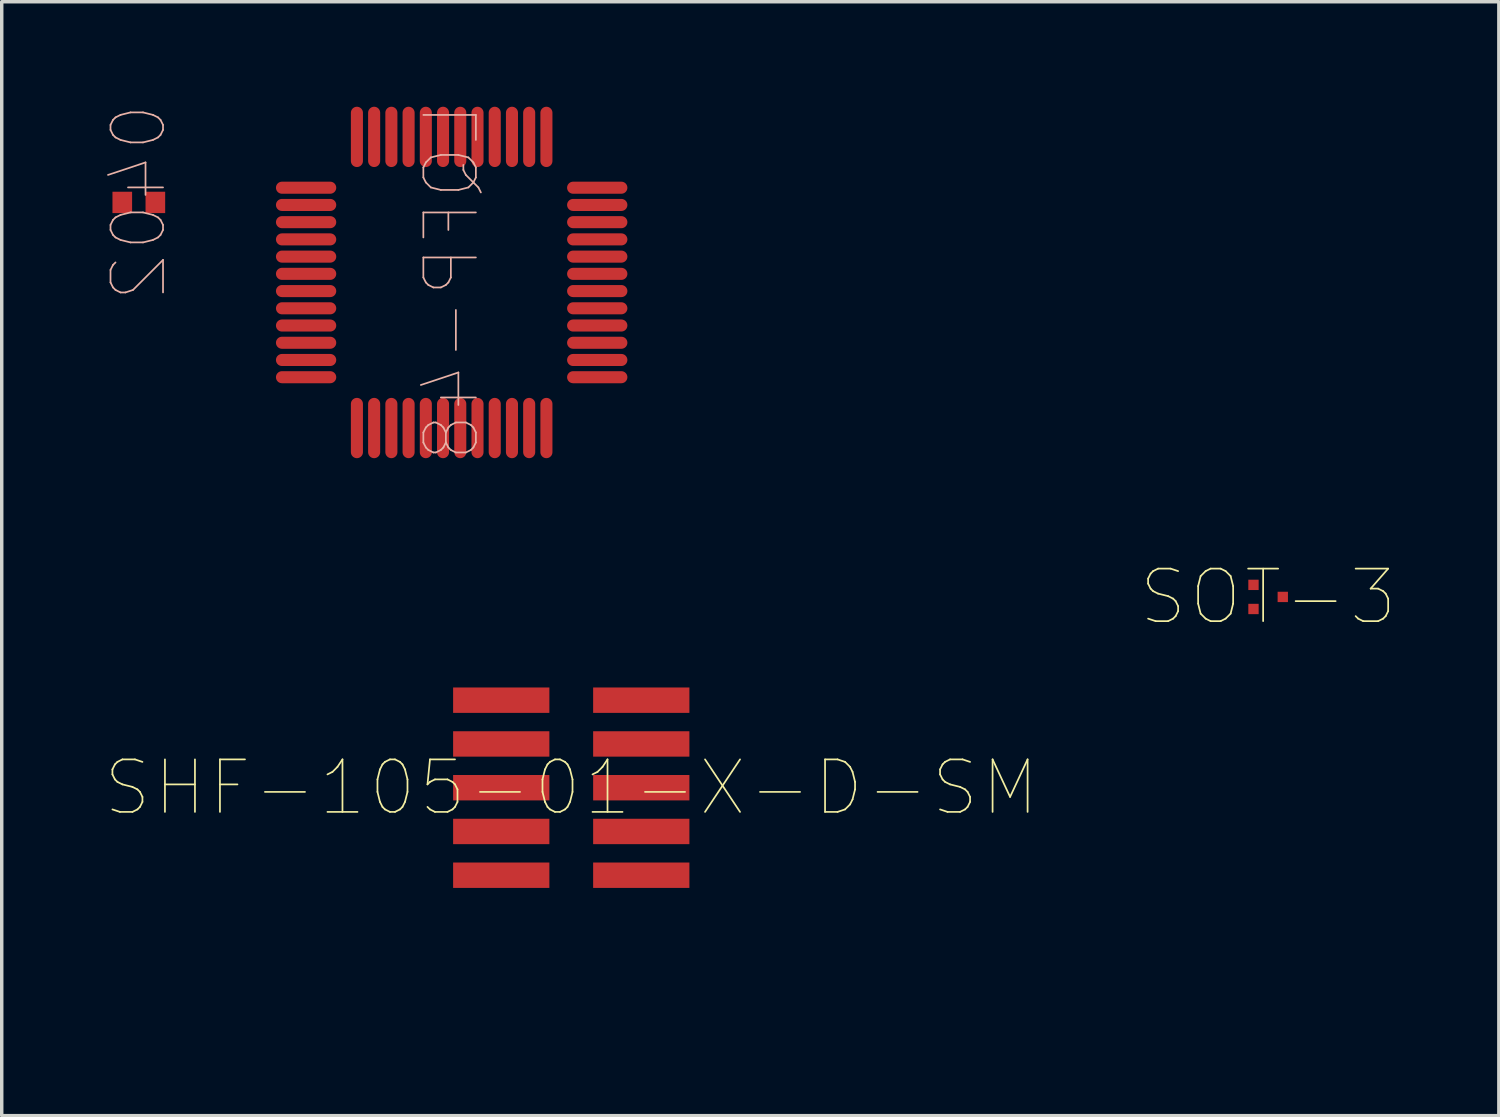
<source format=kicad_pcb>
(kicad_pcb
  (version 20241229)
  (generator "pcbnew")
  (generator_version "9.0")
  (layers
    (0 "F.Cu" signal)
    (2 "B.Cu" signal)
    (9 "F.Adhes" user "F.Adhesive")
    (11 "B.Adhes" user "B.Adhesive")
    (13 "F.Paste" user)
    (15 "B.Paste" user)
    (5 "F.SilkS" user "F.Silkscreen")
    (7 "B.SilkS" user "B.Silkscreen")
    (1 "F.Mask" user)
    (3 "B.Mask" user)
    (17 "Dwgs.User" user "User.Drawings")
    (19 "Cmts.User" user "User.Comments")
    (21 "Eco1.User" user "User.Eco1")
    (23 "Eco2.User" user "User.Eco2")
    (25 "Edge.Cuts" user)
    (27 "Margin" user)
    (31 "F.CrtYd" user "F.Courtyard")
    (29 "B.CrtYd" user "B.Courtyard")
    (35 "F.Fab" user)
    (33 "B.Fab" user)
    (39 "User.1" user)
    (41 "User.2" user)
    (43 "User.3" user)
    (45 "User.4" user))
  (footprint "0402"
    (layer "F.Cu")
    (at 0.979 2.825)
    (property "Reference" "0402" (at 0 0 270) (layer "B.SilkS") (effects (font (size 1.524 1.524) (thickness 0.05)) (justify mirror)))
    (attr smd)
    (pad "1" smd rect (at -0.48 0 90) (size 0.62 0.57) (layers "F.Cu" "F.Mask" "F.Paste"))
    (pad "2" smd rect (at 0.48 0 90) (size 0.62 0.57) (layers "F.Cu" "F.Mask" "F.Paste")))
  (footprint "SOT-3"
    (layer "F.Cu")
    (at 33.756 14.275)
    (property "Reference" "SOT-3" (at 0 0 0) (layer "F.SilkS") (effects (font (size 1.524 1.524) (thickness 0.05))))
    (attr smd)
    (pad "1" smd rect (at -0.425 -0.35 270) (size 0.3 0.3) (layers "F.Cu" "F.Mask" "F.Paste"))
    (pad "2" smd rect (at -0.425 0.35 270) (size 0.3 0.3) (layers "F.Cu" "F.Mask" "F.Paste"))
    (pad "3" smd rect (at 0.425 0.00001 270) (size 0.3 0.3) (layers "F.Cu" "F.Mask" "F.Paste")))
  (footprint "SHF-105-01-X-D-SM"
    (layer "F.Cu")
    (at 13.53 19.812)
    (property "Reference" "SHF-105-01-X-D-SM" (at 0 0 0) (layer "F.SilkS") (effects (font (size 1.524 1.524) (thickness 0.05))))
    (attr smd)
    (pad "0" thru_hole circle (at 0 -5.867 90) (size 0.001 0.001) (drill 1.3) (layers "*.Cu" "*.Paste" "*.Mask"))
    (pad "0" thru_hole circle (at 0 5.867 90) (size 0.001 0.001) (drill 1.3) (layers "*.Cu" "*.Paste" "*.Mask"))
    (pad "1" smd rect (at 2.032 2.54 180) (size 2.794 0.737) (layers "F.Cu" "F.Mask" "F.Paste"))
    (pad "2" smd rect (at -2.032 2.54 180) (size 2.794 0.737) (layers "F.Cu" "F.Mask" "F.Paste"))
    (pad "3" smd rect (at 2.032 1.27 180) (size 2.794 0.737) (layers "F.Cu" "F.Mask" "F.Paste"))
    (pad "4" smd rect (at -2.032 1.27 180) (size 2.794 0.737) (layers "F.Cu" "F.Mask" "F.Paste"))
    (pad "5" smd rect (at 2.032 0 180) (size 2.794 0.737) (layers "F.Cu" "F.Mask" "F.Paste"))
    (pad "6" smd rect (at -2.032 0 180) (size 2.794 0.737) (layers "F.Cu" "F.Mask" "F.Paste"))
    (pad "7" smd rect (at 2.032 -1.27 180) (size 2.794 0.737) (layers "F.Cu" "F.Mask" "F.Paste"))
    (pad "8" smd rect (at -2.032 -1.27 180) (size 2.794 0.737) (layers "F.Cu" "F.Mask" "F.Paste"))
    (pad "9" smd rect (at 2.032 -2.54 180) (size 2.794 0.737) (layers "F.Cu" "F.Mask" "F.Paste"))
    (pad "10" smd rect (at -2.032 -2.54 180) (size 2.794 0.737) (layers "F.Cu" "F.Mask" "F.Paste")))
  (footprint "LQFP-48"
    (layer "F.Cu")
    (at 10.059 5.148)
    (property "Reference" "LQFP-48" (at 0 0 270) (layer "B.SilkS") (effects (font (size 1.524 1.524) (thickness 0.05)) (justify mirror)))
    (attr smd)
    (pad "1" smd oval (at -4.225 -2.75 90) (size 0.35 1.75) (layers "F.Cu" "F.Mask" "F.Paste"))
    (pad "2" smd oval (at -4.225 -2.25 90) (size 0.35 1.75) (layers "F.Cu" "F.Mask" "F.Paste"))
    (pad "3" smd oval (at -4.225 -1.75 90) (size 0.35 1.75) (layers "F.Cu" "F.Mask" "F.Paste"))
    (pad "4" smd oval (at -4.225 -1.25 90) (size 0.35 1.75) (layers "F.Cu" "F.Mask" "F.Paste"))
    (pad "5" smd oval (at -4.225 -0.75 90) (size 0.35 1.75) (layers "F.Cu" "F.Mask" "F.Paste"))
    (pad "6" smd oval (at -4.225 -0.25 90) (size 0.35 1.75) (layers "F.Cu" "F.Mask" "F.Paste"))
    (pad "7" smd oval (at -4.225 0.25 90) (size 0.35 1.75) (layers "F.Cu" "F.Mask" "F.Paste"))
    (pad "8" smd oval (at -4.225 0.75 90) (size 0.35 1.75) (layers "F.Cu" "F.Mask" "F.Paste"))
    (pad "9" smd oval (at -4.225 1.25 90) (size 0.35 1.75) (layers "F.Cu" "F.Mask" "F.Paste"))
    (pad "10" smd oval (at -4.225 1.75 90) (size 0.35 1.75) (layers "F.Cu" "F.Mask" "F.Paste"))
    (pad "11" smd oval (at -4.225 2.25 90) (size 0.35 1.75) (layers "F.Cu" "F.Mask" "F.Paste"))
    (pad "12" smd oval (at -4.225 2.75 90) (size 0.35 1.75) (layers "F.Cu" "F.Mask" "F.Paste"))
    (pad "13" smd oval (at -2.75 4.225) (size 0.35 1.75) (layers "F.Cu" "F.Mask" "F.Paste"))
    (pad "14" smd oval (at -2.25 4.225) (size 0.35 1.75) (layers "F.Cu" "F.Mask" "F.Paste"))
    (pad "15" smd oval (at -1.75 4.225) (size 0.35 1.75) (layers "F.Cu" "F.Mask" "F.Paste"))
    (pad "16" smd oval (at -1.25 4.225) (size 0.35 1.75) (layers "F.Cu" "F.Mask" "F.Paste"))
    (pad "17" smd oval (at -0.75 4.225) (size 0.35 1.75) (layers "F.Cu" "F.Mask" "F.Paste"))
    (pad "18" smd oval (at -0.25 4.225) (size 0.35 1.75) (layers "F.Cu" "F.Mask" "F.Paste"))
    (pad "19" smd oval (at 0.25 4.225) (size 0.35 1.75) (layers "F.Cu" "F.Mask" "F.Paste"))
    (pad "20" smd oval (at 0.75 4.225) (size 0.35 1.75) (layers "F.Cu" "F.Mask" "F.Paste"))
    (pad "21" smd oval (at 1.25 4.225) (size 0.35 1.75) (layers "F.Cu" "F.Mask" "F.Paste"))
    (pad "22" smd oval (at 1.75 4.225) (size 0.35 1.75) (layers "F.Cu" "F.Mask" "F.Paste"))
    (pad "23" smd oval (at 2.25 4.225) (size 0.35 1.75) (layers "F.Cu" "F.Mask" "F.Paste"))
    (pad "24" smd oval (at 2.75 4.225) (size 0.35 1.75) (layers "F.Cu" "F.Mask" "F.Paste"))
    (pad "25" smd oval (at 4.225 2.75 90) (size 0.35 1.75) (layers "F.Cu" "F.Mask" "F.Paste"))
    (pad "26" smd oval (at 4.225 2.25 90) (size 0.35 1.75) (layers "F.Cu" "F.Mask" "F.Paste"))
    (pad "27" smd oval (at 4.225 1.75 90) (size 0.35 1.75) (layers "F.Cu" "F.Mask" "F.Paste"))
    (pad "28" smd oval (at 4.225 1.25 90) (size 0.35 1.75) (layers "F.Cu" "F.Mask" "F.Paste"))
    (pad "29" smd oval (at 4.225 0.75 90) (size 0.35 1.75) (layers "F.Cu" "F.Mask" "F.Paste"))
    (pad "30" smd oval (at 4.225 0.25 90) (size 0.35 1.75) (layers "F.Cu" "F.Mask" "F.Paste"))
    (pad "31" smd oval (at 4.225 -0.25 90) (size 0.35 1.75) (layers "F.Cu" "F.Mask" "F.Paste"))
    (pad "32" smd oval (at 4.225 -0.75 90) (size 0.35 1.75) (layers "F.Cu" "F.Mask" "F.Paste"))
    (pad "33" smd oval (at 4.225 -1.25 90) (size 0.35 1.75) (layers "F.Cu" "F.Mask" "F.Paste"))
    (pad "34" smd oval (at 4.225 -1.75 90) (size 0.35 1.75) (layers "F.Cu" "F.Mask" "F.Paste"))
    (pad "35" smd oval (at 4.225 -2.25 90) (size 0.35 1.75) (layers "F.Cu" "F.Mask" "F.Paste"))
    (pad "36" smd oval (at 4.225 -2.75 90) (size 0.35 1.75) (layers "F.Cu" "F.Mask" "F.Paste"))
    (pad "37" smd oval (at 2.75 -4.225) (size 0.35 1.75) (layers "F.Cu" "F.Mask" "F.Paste"))
    (pad "38" smd oval (at 2.25 -4.225) (size 0.35 1.75) (layers "F.Cu" "F.Mask" "F.Paste"))
    (pad "39" smd oval (at 1.75 -4.225) (size 0.35 1.75) (layers "F.Cu" "F.Mask" "F.Paste"))
    (pad "40" smd oval (at 1.25 -4.225) (size 0.35 1.75) (layers "F.Cu" "F.Mask" "F.Paste"))
    (pad "41" smd oval (at 0.75 -4.225) (size 0.35 1.75) (layers "F.Cu" "F.Mask" "F.Paste"))
    (pad "42" smd oval (at 0.25 -4.225) (size 0.35 1.75) (layers "F.Cu" "F.Mask" "F.Paste"))
    (pad "43" smd oval (at -0.25 -4.225) (size 0.35 1.75) (layers "F.Cu" "F.Mask" "F.Paste"))
    (pad "44" smd oval (at -0.75 -4.225) (size 0.35 1.75) (layers "F.Cu" "F.Mask" "F.Paste"))
    (pad "45" smd oval (at -1.25 -4.225) (size 0.35 1.75) (layers "F.Cu" "F.Mask" "F.Paste"))
    (pad "46" smd oval (at -1.75 -4.225) (size 0.35 1.75) (layers "F.Cu" "F.Mask" "F.Paste"))
    (pad "47" smd oval (at -2.25 -4.225) (size 0.35 1.75) (layers "F.Cu" "F.Mask" "F.Paste"))
    (pad "48" smd oval (at -2.75 -4.225) (size 0.35 1.75) (layers "F.Cu" "F.Mask" "F.Paste")))
  (gr_rect
    (start -3 -3)
    (end 40.452 29.33)
    (stroke (width 0.1) (type default))
    (fill no)
    (layer "Edge.Cuts")))
</source>
